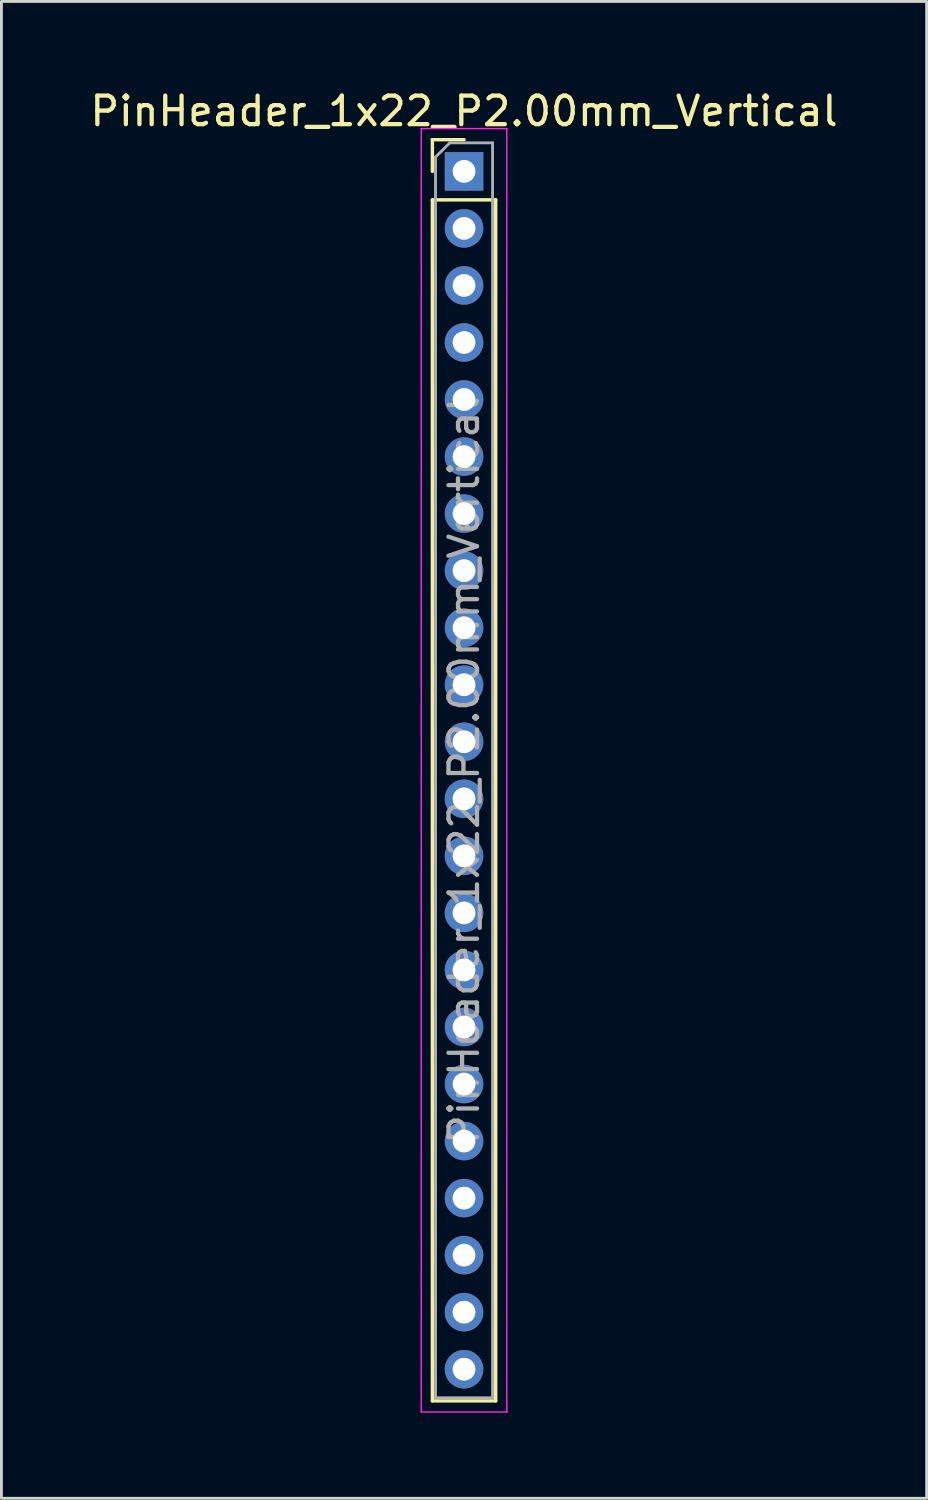
<source format=kicad_pcb>
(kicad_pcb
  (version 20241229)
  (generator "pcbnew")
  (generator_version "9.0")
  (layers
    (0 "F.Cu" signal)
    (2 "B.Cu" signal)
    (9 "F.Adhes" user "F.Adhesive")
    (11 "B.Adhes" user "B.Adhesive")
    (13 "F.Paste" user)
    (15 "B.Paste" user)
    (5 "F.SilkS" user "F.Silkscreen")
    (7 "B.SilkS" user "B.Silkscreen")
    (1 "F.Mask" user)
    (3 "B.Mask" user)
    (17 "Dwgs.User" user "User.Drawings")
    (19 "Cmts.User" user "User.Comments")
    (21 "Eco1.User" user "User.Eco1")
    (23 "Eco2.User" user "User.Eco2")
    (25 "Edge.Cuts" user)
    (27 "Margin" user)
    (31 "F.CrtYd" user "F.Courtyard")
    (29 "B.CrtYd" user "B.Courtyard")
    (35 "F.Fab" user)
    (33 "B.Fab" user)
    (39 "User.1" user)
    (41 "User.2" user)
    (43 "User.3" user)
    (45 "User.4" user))
  (footprint "PinHeader_1x22_P2.00mm_Vertical"
    (layer "F.Cu")
    (at 13.22 2.958)
    (property "Reference" "PinHeader_1x22_P2.00mm_Vertical" (at 0 -2.11 0) (layer "F.SilkS") (effects (font (size 1 1) (thickness 0.15))))
    (attr through_hole)
    (fp_line (start -1.11 -1.11) (end 0 -1.11) (stroke (width 0.12) (type solid)) (layer "F.SilkS"))
    (fp_line (start -1.11 0) (end -1.11 -1.11) (stroke (width 0.12) (type solid)) (layer "F.SilkS"))
    (fp_line (start -1.11 1) (end -1.11 43.11) (stroke (width 0.12) (type solid)) (layer "F.SilkS"))
    (fp_line (start -1.11 1) (end 1.11 1) (stroke (width 0.12) (type solid)) (layer "F.SilkS"))
    (fp_line (start -1.11 43.11) (end 1.11 43.11) (stroke (width 0.12) (type solid)) (layer "F.SilkS"))
    (fp_line (start 1.11 1) (end 1.11 43.11) (stroke (width 0.12) (type solid)) (layer "F.SilkS"))
    (fp_line (start -1.5 -1.5) (end -1.5 43.5) (stroke (width 0.05) (type solid)) (layer "F.CrtYd"))
    (fp_line (start -1.5 43.5) (end 1.5 43.5) (stroke (width 0.05) (type solid)) (layer "F.CrtYd"))
    (fp_line (start 1.5 -1.5) (end -1.5 -1.5) (stroke (width 0.05) (type solid)) (layer "F.CrtYd"))
    (fp_line (start 1.5 43.5) (end 1.5 -1.5) (stroke (width 0.05) (type solid)) (layer "F.CrtYd"))
    (fp_line (start -1 -0.5) (end -0.5 -1) (stroke (width 0.1) (type solid)) (layer "F.Fab"))
    (fp_line (start -1 43) (end -1 -0.5) (stroke (width 0.1) (type solid)) (layer "F.Fab"))
    (fp_line (start -0.5 -1) (end 1 -1) (stroke (width 0.1) (type solid)) (layer "F.Fab"))
    (fp_line (start 1 -1) (end 1 43) (stroke (width 0.1) (type solid)) (layer "F.Fab"))
    (fp_line (start 1 43) (end -1 43) (stroke (width 0.1) (type solid)) (layer "F.Fab"))
    (fp_text user "${REFERENCE}" (at 0 21 90) (layer "F.Fab") (effects (font (size 1 1) (thickness 0.15))))
    (pad "1" thru_hole rect (at 0 0) (size 1.35 1.35) (drill 0.8) (layers "*.Cu" "*.Mask"))
    (pad "2" thru_hole circle (at 0 2) (size 1.35 1.35) (drill 0.8) (layers "*.Cu" "*.Mask"))
    (pad "3" thru_hole circle (at 0 4) (size 1.35 1.35) (drill 0.8) (layers "*.Cu" "*.Mask"))
    (pad "4" thru_hole circle (at 0 6) (size 1.35 1.35) (drill 0.8) (layers "*.Cu" "*.Mask"))
    (pad "5" thru_hole circle (at 0 8) (size 1.35 1.35) (drill 0.8) (layers "*.Cu" "*.Mask"))
    (pad "6" thru_hole circle (at 0 10) (size 1.35 1.35) (drill 0.8) (layers "*.Cu" "*.Mask"))
    (pad "7" thru_hole circle (at 0 12) (size 1.35 1.35) (drill 0.8) (layers "*.Cu" "*.Mask"))
    (pad "8" thru_hole circle (at 0 14) (size 1.35 1.35) (drill 0.8) (layers "*.Cu" "*.Mask"))
    (pad "9" thru_hole circle (at 0 16) (size 1.35 1.35) (drill 0.8) (layers "*.Cu" "*.Mask"))
    (pad "10" thru_hole circle (at 0 18) (size 1.35 1.35) (drill 0.8) (layers "*.Cu" "*.Mask"))
    (pad "11" thru_hole circle (at 0 20) (size 1.35 1.35) (drill 0.8) (layers "*.Cu" "*.Mask"))
    (pad "12" thru_hole circle (at 0 22) (size 1.35 1.35) (drill 0.8) (layers "*.Cu" "*.Mask"))
    (pad "13" thru_hole circle (at 0 24) (size 1.35 1.35) (drill 0.8) (layers "*.Cu" "*.Mask"))
    (pad "14" thru_hole circle (at 0 26) (size 1.35 1.35) (drill 0.8) (layers "*.Cu" "*.Mask"))
    (pad "15" thru_hole circle (at 0 28) (size 1.35 1.35) (drill 0.8) (layers "*.Cu" "*.Mask"))
    (pad "16" thru_hole circle (at 0 30) (size 1.35 1.35) (drill 0.8) (layers "*.Cu" "*.Mask"))
    (pad "17" thru_hole circle (at 0 32) (size 1.35 1.35) (drill 0.8) (layers "*.Cu" "*.Mask"))
    (pad "18" thru_hole circle (at 0 34) (size 1.35 1.35) (drill 0.8) (layers "*.Cu" "*.Mask"))
    (pad "19" thru_hole circle (at 0 36) (size 1.35 1.35) (drill 0.8) (layers "*.Cu" "*.Mask"))
    (pad "20" thru_hole circle (at 0 38) (size 1.35 1.35) (drill 0.8) (layers "*.Cu" "*.Mask"))
    (pad "21" thru_hole circle (at 0 40) (size 1.35 1.35) (drill 0.8) (layers "*.Cu" "*.Mask"))
    (pad "22" thru_hole circle (at 0 42) (size 1.35 1.35) (drill 0.8) (layers "*.Cu" "*.Mask")))
  (gr_rect
    (start -3 -3)
    (end 29.44 49.483)
    (stroke (width 0.1) (type default))
    (fill no)
    (layer "Edge.Cuts")))
</source>
